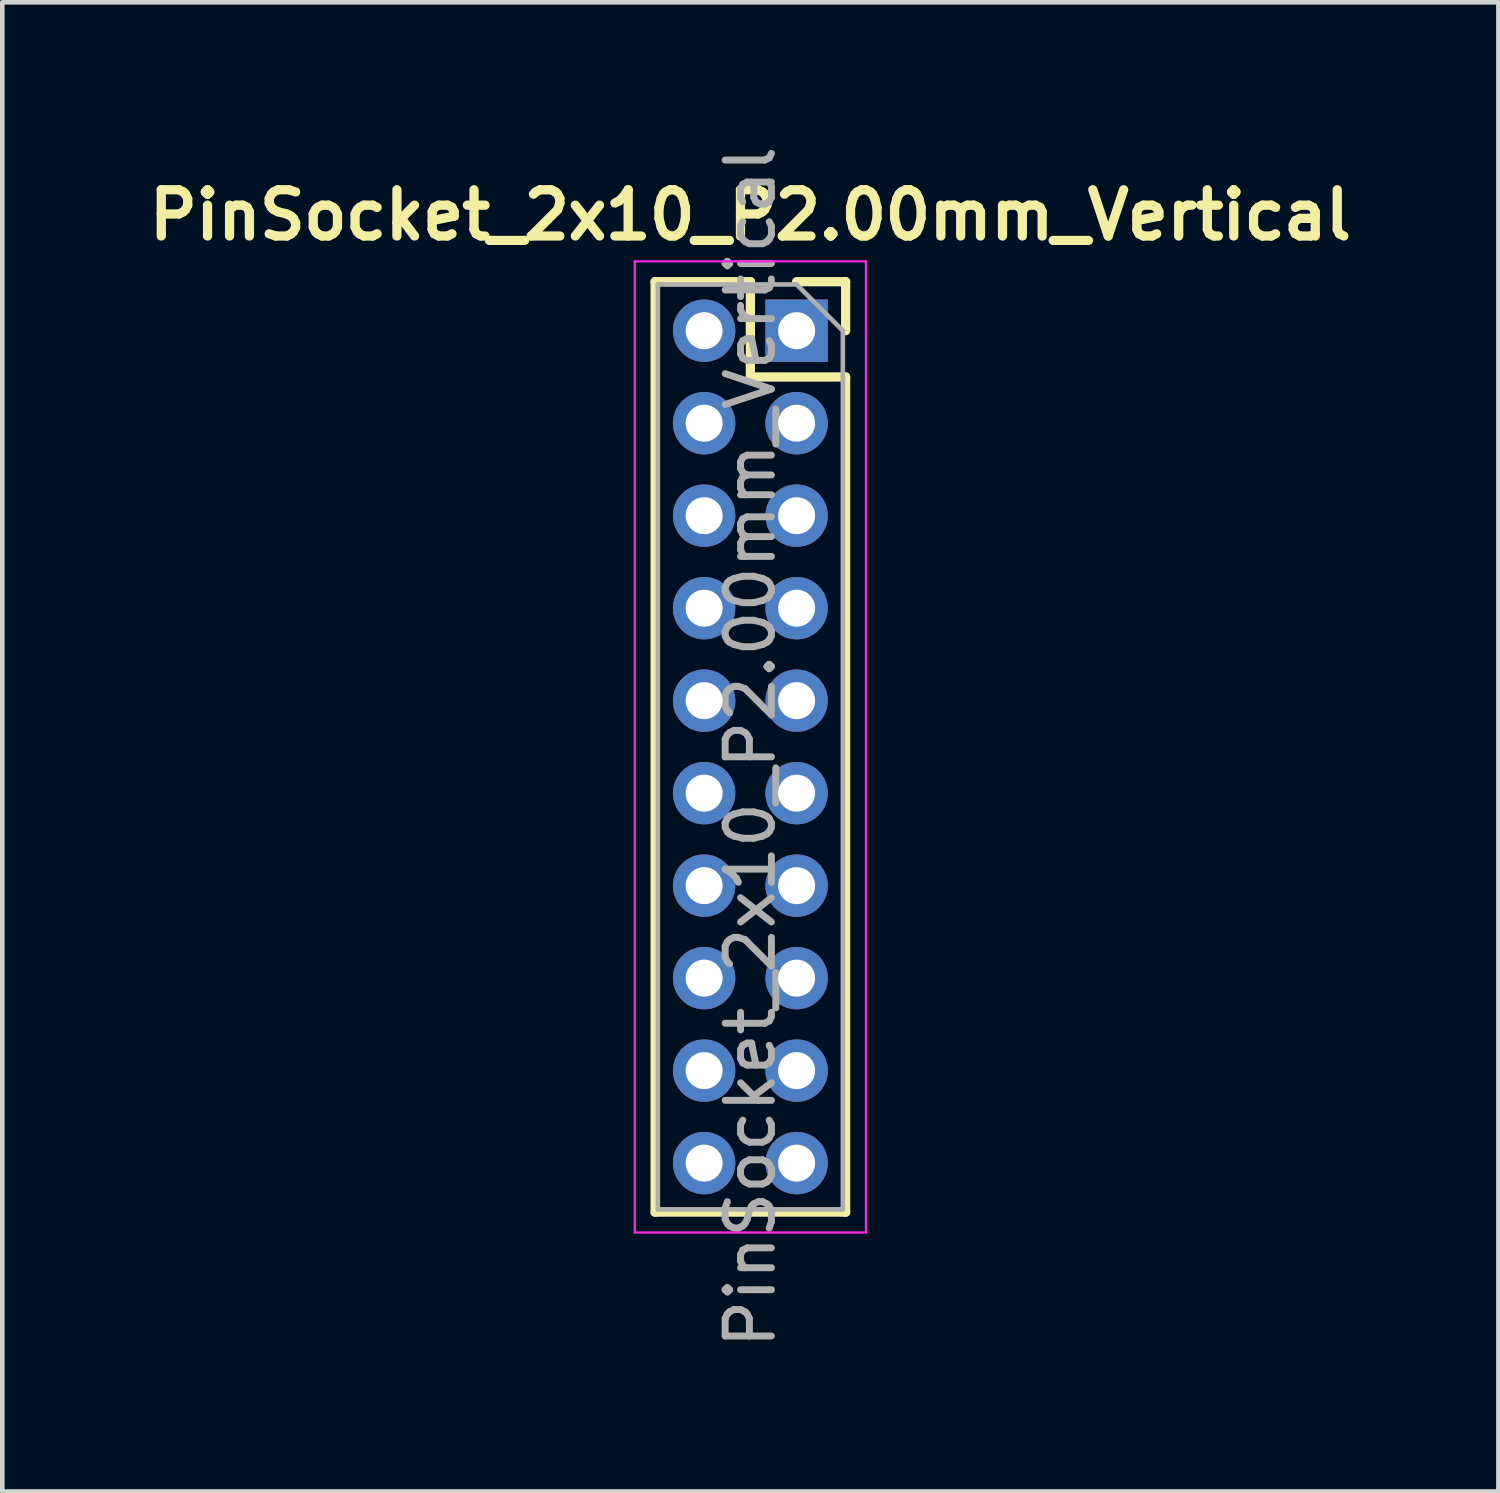
<source format=kicad_pcb>
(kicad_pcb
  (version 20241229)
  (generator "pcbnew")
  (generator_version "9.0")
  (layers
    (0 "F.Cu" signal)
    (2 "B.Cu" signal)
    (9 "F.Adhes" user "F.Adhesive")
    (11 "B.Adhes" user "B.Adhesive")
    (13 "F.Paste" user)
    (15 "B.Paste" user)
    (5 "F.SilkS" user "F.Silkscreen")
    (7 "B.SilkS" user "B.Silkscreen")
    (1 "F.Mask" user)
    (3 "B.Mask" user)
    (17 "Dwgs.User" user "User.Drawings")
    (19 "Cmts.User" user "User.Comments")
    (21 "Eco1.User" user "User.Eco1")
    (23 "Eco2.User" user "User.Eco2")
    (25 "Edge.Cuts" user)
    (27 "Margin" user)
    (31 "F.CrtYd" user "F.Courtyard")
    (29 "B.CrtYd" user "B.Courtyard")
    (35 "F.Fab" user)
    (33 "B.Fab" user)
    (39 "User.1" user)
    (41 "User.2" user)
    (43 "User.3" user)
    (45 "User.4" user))
  (footprint "PinSocket_2x10_P2.00mm_Vertical"
    (layer "F.Cu")
    (at 14.176 4.101)
    (property "Reference" "PinSocket_2x10_P2.00mm_Vertical" (at -1 -2.5 0) (layer "F.SilkS") (effects (font (size 1 1) (thickness 0.2))))
    (attr through_hole)
    (fp_line (start -3.06 -1.06) (end -3.06 19.06) (stroke (width 0.2) (type solid)) (layer "F.SilkS"))
    (fp_line (start -3.06 -1.06) (end -1 -1.06) (stroke (width 0.2) (type solid)) (layer "F.SilkS"))
    (fp_line (start -3.06 19.06) (end 1.06 19.06) (stroke (width 0.2) (type solid)) (layer "F.SilkS"))
    (fp_line (start -1 -1.06) (end -1 1) (stroke (width 0.2) (type solid)) (layer "F.SilkS"))
    (fp_line (start -1 1) (end 1.06 1) (stroke (width 0.2) (type solid)) (layer "F.SilkS"))
    (fp_line (start 0 -1.06) (end 1.06 -1.06) (stroke (width 0.2) (type solid)) (layer "F.SilkS"))
    (fp_line (start 1.06 -1.06) (end 1.06 0) (stroke (width 0.2) (type solid)) (layer "F.SilkS"))
    (fp_line (start 1.06 1) (end 1.06 19.06) (stroke (width 0.2) (type solid)) (layer "F.SilkS"))
    (fp_line (start -3.5 -1.5) (end 1.5 -1.5) (stroke (width 0.05) (type solid)) (layer "F.CrtYd"))
    (fp_line (start -3.5 19.5) (end -3.5 -1.5) (stroke (width 0.05) (type solid)) (layer "F.CrtYd"))
    (fp_line (start 1.5 -1.5) (end 1.5 19.5) (stroke (width 0.05) (type solid)) (layer "F.CrtYd"))
    (fp_line (start 1.5 19.5) (end -3.5 19.5) (stroke (width 0.05) (type solid)) (layer "F.CrtYd"))
    (fp_line (start -3 -1) (end 0 -1) (stroke (width 0.1) (type solid)) (layer "F.Fab"))
    (fp_line (start -3 19) (end -3 -1) (stroke (width 0.1) (type solid)) (layer "F.Fab"))
    (fp_line (start 0 -1) (end 1 0) (stroke (width 0.1) (type solid)) (layer "F.Fab"))
    (fp_line (start 1 0) (end 1 19) (stroke (width 0.1) (type solid)) (layer "F.Fab"))
    (fp_line (start 1 19) (end -3 19) (stroke (width 0.1) (type solid)) (layer "F.Fab"))
    (fp_text user "${REFERENCE}" (at -1 9 90) (layer "F.Fab") (effects (font (size 1 1) (thickness 0.15))))
    (pad "1" thru_hole rect (at 0 0) (size 1.35 1.35) (drill 0.8) (layers "*.Cu" "*.Mask"))
    (pad "2" thru_hole oval (at -2 0) (size 1.35 1.35) (drill 0.8) (layers "*.Cu" "*.Mask"))
    (pad "3" thru_hole oval (at 0 2) (size 1.35 1.35) (drill 0.8) (layers "*.Cu" "*.Mask"))
    (pad "4" thru_hole oval (at -2 2) (size 1.35 1.35) (drill 0.8) (layers "*.Cu" "*.Mask"))
    (pad "5" thru_hole oval (at 0 4) (size 1.35 1.35) (drill 0.8) (layers "*.Cu" "*.Mask"))
    (pad "6" thru_hole oval (at -2 4) (size 1.35 1.35) (drill 0.8) (layers "*.Cu" "*.Mask"))
    (pad "7" thru_hole oval (at 0 6) (size 1.35 1.35) (drill 0.8) (layers "*.Cu" "*.Mask"))
    (pad "8" thru_hole oval (at -2 6) (size 1.35 1.35) (drill 0.8) (layers "*.Cu" "*.Mask"))
    (pad "9" thru_hole oval (at 0 8) (size 1.35 1.35) (drill 0.8) (layers "*.Cu" "*.Mask"))
    (pad "10" thru_hole oval (at -2 8) (size 1.35 1.35) (drill 0.8) (layers "*.Cu" "*.Mask"))
    (pad "11" thru_hole oval (at 0 10) (size 1.35 1.35) (drill 0.8) (layers "*.Cu" "*.Mask"))
    (pad "12" thru_hole oval (at -2 10) (size 1.35 1.35) (drill 0.8) (layers "*.Cu" "*.Mask"))
    (pad "13" thru_hole oval (at 0 12) (size 1.35 1.35) (drill 0.8) (layers "*.Cu" "*.Mask"))
    (pad "14" thru_hole oval (at -2 12) (size 1.35 1.35) (drill 0.8) (layers "*.Cu" "*.Mask"))
    (pad "15" thru_hole oval (at 0 14) (size 1.35 1.35) (drill 0.8) (layers "*.Cu" "*.Mask"))
    (pad "16" thru_hole oval (at -2 14) (size 1.35 1.35) (drill 0.8) (layers "*.Cu" "*.Mask"))
    (pad "17" thru_hole oval (at 0 16) (size 1.35 1.35) (drill 0.8) (layers "*.Cu" "*.Mask"))
    (pad "18" thru_hole oval (at -2 16) (size 1.35 1.35) (drill 0.8) (layers "*.Cu" "*.Mask"))
    (pad "19" thru_hole oval (at 0 18) (size 1.35 1.35) (drill 0.8) (layers "*.Cu" "*.Mask"))
    (pad "20" thru_hole oval (at -2 18) (size 1.35 1.35) (drill 0.8) (layers "*.Cu" "*.Mask")))
  (gr_rect
    (start -3 -3)
    (end 29.352 29.202)
    (stroke (width 0.1) (type default))
    (fill no)
    (layer "Edge.Cuts")))
</source>
